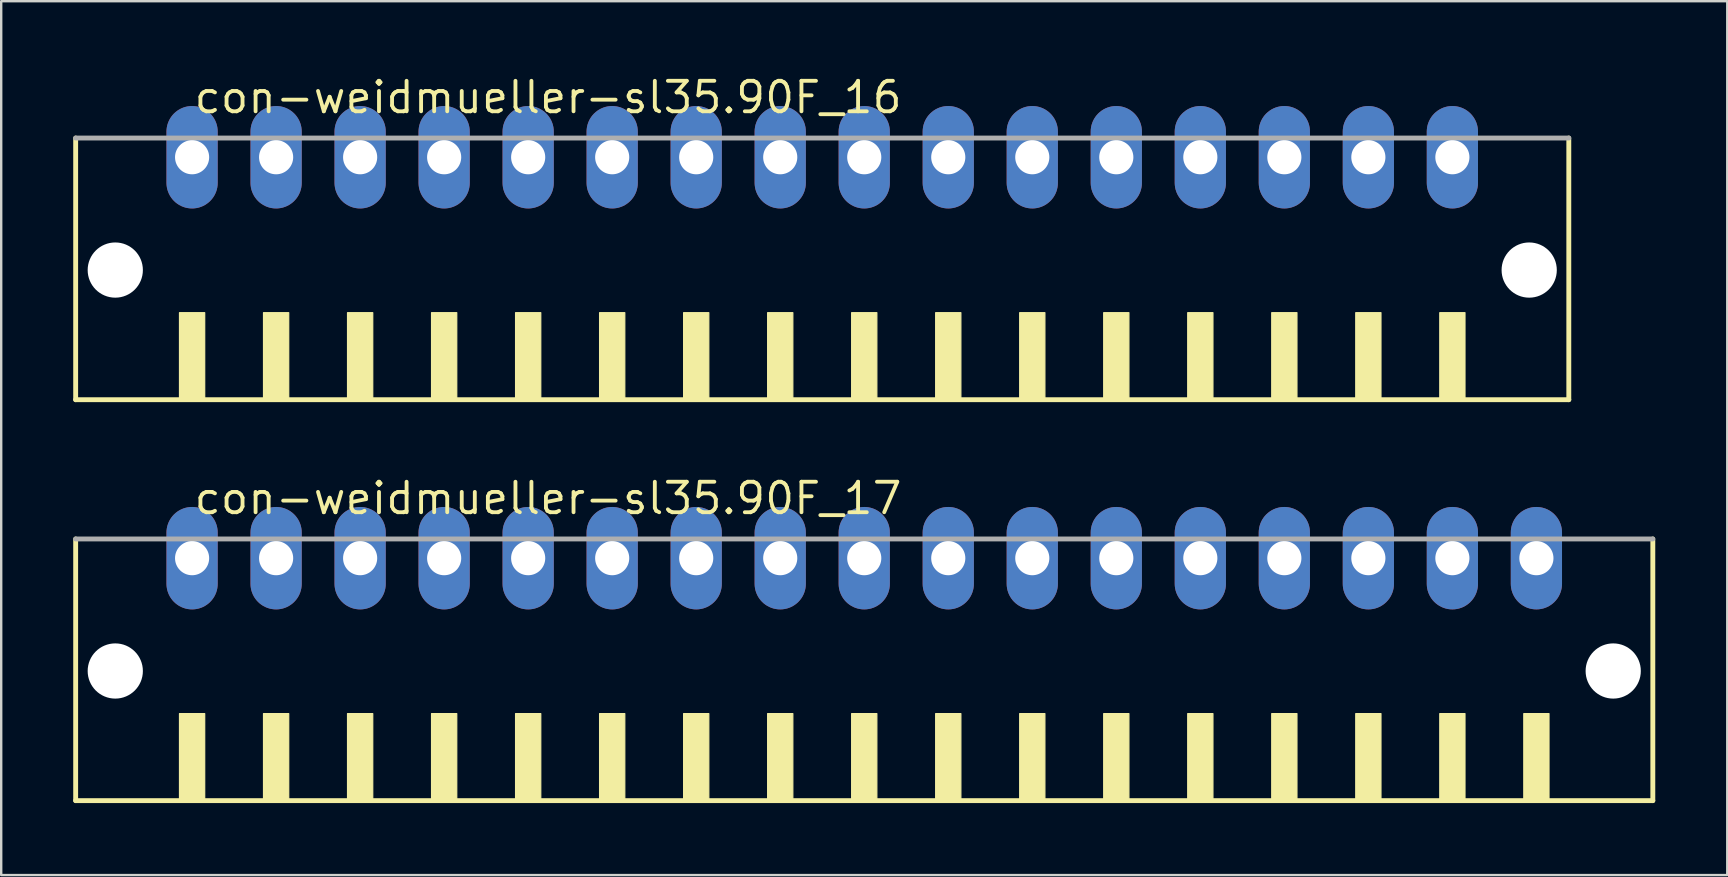
<source format=kicad_pcb>
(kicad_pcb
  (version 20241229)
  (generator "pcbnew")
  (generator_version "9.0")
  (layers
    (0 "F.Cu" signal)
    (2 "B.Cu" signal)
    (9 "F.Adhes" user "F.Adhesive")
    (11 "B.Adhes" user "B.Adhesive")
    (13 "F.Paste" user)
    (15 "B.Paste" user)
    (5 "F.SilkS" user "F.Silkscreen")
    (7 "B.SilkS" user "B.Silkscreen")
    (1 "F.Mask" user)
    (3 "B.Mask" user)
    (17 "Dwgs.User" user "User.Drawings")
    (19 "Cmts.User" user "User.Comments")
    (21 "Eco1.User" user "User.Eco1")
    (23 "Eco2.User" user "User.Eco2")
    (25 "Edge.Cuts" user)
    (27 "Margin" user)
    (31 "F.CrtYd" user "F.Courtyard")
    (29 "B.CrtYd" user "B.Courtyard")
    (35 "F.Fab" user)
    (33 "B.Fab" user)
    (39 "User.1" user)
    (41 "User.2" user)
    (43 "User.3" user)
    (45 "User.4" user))
  (footprint "con-weidmueller-sl35.90F_17"
    (layer "F.Cu")
    (at 32.952 25.452)
    (property "Reference" "con-weidmueller-sl35.90F_17" (at -28 -7 0) (layer "F.SilkS") (effects (font (size 1.27 1.27) (thickness 0.16)) (justify left bottom)))
    (attr through_hole)
    (fp_line (start -32.85 -6.05) (end -32.85 4.85) (stroke (width 0.203) (type default)) (layer "F.SilkS"))
    (fp_line (start -32.85 4.85) (end 32.85 4.85) (stroke (width 0.203) (type default)) (layer "F.SilkS"))
    (fp_line (start 32.85 4.85) (end 32.85 -6.05) (stroke (width 0.203) (type default)) (layer "F.SilkS"))
    (fp_rect (start -28.525 4.9) (end -27.475 1.225) (stroke (width 0.05) (type default)) (fill yes) (layer "F.SilkS"))
    (fp_rect (start -25.025 4.9) (end -23.975 1.225) (stroke (width 0.05) (type default)) (fill yes) (layer "F.SilkS"))
    (fp_rect (start -21.525 4.9) (end -20.475 1.225) (stroke (width 0.05) (type default)) (fill yes) (layer "F.SilkS"))
    (fp_rect (start -18.025 4.9) (end -16.975 1.225) (stroke (width 0.05) (type default)) (fill yes) (layer "F.SilkS"))
    (fp_rect (start -14.525 4.9) (end -13.475 1.225) (stroke (width 0.05) (type default)) (fill yes) (layer "F.SilkS"))
    (fp_rect (start -11.025 4.9) (end -9.975 1.225) (stroke (width 0.05) (type default)) (fill yes) (layer "F.SilkS"))
    (fp_rect (start -7.525 4.9) (end -6.475 1.225) (stroke (width 0.05) (type default)) (fill yes) (layer "F.SilkS"))
    (fp_rect (start -4.025 4.9) (end -2.975 1.225) (stroke (width 0.05) (type default)) (fill yes) (layer "F.SilkS"))
    (fp_rect (start -0.525 4.9) (end 0.525 1.225) (stroke (width 0.05) (type default)) (fill yes) (layer "F.SilkS"))
    (fp_rect (start 2.975 4.9) (end 4.025 1.225) (stroke (width 0.05) (type default)) (fill yes) (layer "F.SilkS"))
    (fp_rect (start 6.475 4.9) (end 7.525 1.225) (stroke (width 0.05) (type default)) (fill yes) (layer "F.SilkS"))
    (fp_rect (start 9.975 4.9) (end 11.025 1.225) (stroke (width 0.05) (type default)) (fill yes) (layer "F.SilkS"))
    (fp_rect (start 13.475 4.9) (end 14.525 1.225) (stroke (width 0.05) (type default)) (fill yes) (layer "F.SilkS"))
    (fp_rect (start 16.975 4.9) (end 18.025 1.225) (stroke (width 0.05) (type default)) (fill yes) (layer "F.SilkS"))
    (fp_rect (start 20.475 4.9) (end 21.525 1.225) (stroke (width 0.05) (type default)) (fill yes) (layer "F.SilkS"))
    (fp_rect (start 23.975 4.9) (end 25.025 1.225) (stroke (width 0.05) (type default)) (fill yes) (layer "F.SilkS"))
    (fp_rect (start 27.475 4.9) (end 28.525 1.225) (stroke (width 0.05) (type default)) (fill yes) (layer "F.SilkS"))
    (fp_line (start 32.85 -6.05) (end -32.85 -6.05) (stroke (width 0.203) (type default)) (layer "F.Fab"))
    (pad "" np_thru_hole circle (at -31.2 -0.55) (size 2.3 2.3) (drill 2.3) (layers "*.Cu" "*.Mask"))
    (pad "" np_thru_hole circle (at 31.2 -0.55) (size 2.3 2.3) (drill 2.3) (layers "*.Cu" "*.Mask"))
    (pad "1" thru_hole oval (at -28 -5.25 90) (size 4.267 2.134) (drill 1.422) (layers "*.Cu" "*.Mask"))
    (pad "2" thru_hole oval (at -24.5 -5.25 90) (size 4.267 2.134) (drill 1.422) (layers "*.Cu" "*.Mask"))
    (pad "3" thru_hole oval (at -21 -5.25 90) (size 4.267 2.134) (drill 1.422) (layers "*.Cu" "*.Mask"))
    (pad "4" thru_hole oval (at -17.5 -5.25 90) (size 4.267 2.134) (drill 1.422) (layers "*.Cu" "*.Mask"))
    (pad "5" thru_hole oval (at -14 -5.25 90) (size 4.267 2.134) (drill 1.422) (layers "*.Cu" "*.Mask"))
    (pad "6" thru_hole oval (at -10.5 -5.25 90) (size 4.267 2.134) (drill 1.422) (layers "*.Cu" "*.Mask"))
    (pad "7" thru_hole oval (at -7 -5.25 90) (size 4.267 2.134) (drill 1.422) (layers "*.Cu" "*.Mask"))
    (pad "8" thru_hole oval (at -3.5 -5.25 90) (size 4.267 2.134) (drill 1.422) (layers "*.Cu" "*.Mask"))
    (pad "9" thru_hole oval (at 0 -5.25 90) (size 4.267 2.134) (drill 1.422) (layers "*.Cu" "*.Mask"))
    (pad "10" thru_hole oval (at 3.5 -5.25 90) (size 4.267 2.134) (drill 1.422) (layers "*.Cu" "*.Mask"))
    (pad "11" thru_hole oval (at 7 -5.25 90) (size 4.267 2.134) (drill 1.422) (layers "*.Cu" "*.Mask"))
    (pad "12" thru_hole oval (at 10.5 -5.25 90) (size 4.267 2.134) (drill 1.422) (layers "*.Cu" "*.Mask"))
    (pad "13" thru_hole oval (at 14 -5.25 90) (size 4.267 2.134) (drill 1.422) (layers "*.Cu" "*.Mask"))
    (pad "14" thru_hole oval (at 17.5 -5.25 90) (size 4.267 2.134) (drill 1.422) (layers "*.Cu" "*.Mask"))
    (pad "15" thru_hole oval (at 21 -5.25 90) (size 4.267 2.134) (drill 1.422) (layers "*.Cu" "*.Mask"))
    (pad "16" thru_hole oval (at 24.5 -5.25 90) (size 4.267 2.134) (drill 1.422) (layers "*.Cu" "*.Mask"))
    (pad "17" thru_hole oval (at 28 -5.25 90) (size 4.267 2.134) (drill 1.422) (layers "*.Cu" "*.Mask")))
  (footprint "con-weidmueller-sl35.90F_16"
    (layer "F.Cu")
    (at 31.202 8.75)
    (property "Reference" "con-weidmueller-sl35.90F_16" (at -26.25 -7 0) (layer "F.SilkS") (effects (font (size 1.27 1.27) (thickness 0.16)) (justify left bottom)))
    (attr through_hole)
    (fp_line (start -31.1 -6.05) (end -31.1 4.85) (stroke (width 0.203) (type default)) (layer "F.SilkS"))
    (fp_line (start -31.1 4.85) (end 31.1 4.85) (stroke (width 0.203) (type default)) (layer "F.SilkS"))
    (fp_line (start 31.1 4.85) (end 31.1 -6.05) (stroke (width 0.203) (type default)) (layer "F.SilkS"))
    (fp_rect (start -26.775 4.9) (end -25.725 1.225) (stroke (width 0.05) (type default)) (fill yes) (layer "F.SilkS"))
    (fp_rect (start -23.275 4.9) (end -22.225 1.225) (stroke (width 0.05) (type default)) (fill yes) (layer "F.SilkS"))
    (fp_rect (start -19.775 4.9) (end -18.725 1.225) (stroke (width 0.05) (type default)) (fill yes) (layer "F.SilkS"))
    (fp_rect (start -16.275 4.9) (end -15.225 1.225) (stroke (width 0.05) (type default)) (fill yes) (layer "F.SilkS"))
    (fp_rect (start -12.775 4.9) (end -11.725 1.225) (stroke (width 0.05) (type default)) (fill yes) (layer "F.SilkS"))
    (fp_rect (start -9.275 4.9) (end -8.225 1.225) (stroke (width 0.05) (type default)) (fill yes) (layer "F.SilkS"))
    (fp_rect (start -5.775 4.9) (end -4.725 1.225) (stroke (width 0.05) (type default)) (fill yes) (layer "F.SilkS"))
    (fp_rect (start -2.275 4.9) (end -1.225 1.225) (stroke (width 0.05) (type default)) (fill yes) (layer "F.SilkS"))
    (fp_rect (start 1.225 4.9) (end 2.275 1.225) (stroke (width 0.05) (type default)) (fill yes) (layer "F.SilkS"))
    (fp_rect (start 4.725 4.9) (end 5.775 1.225) (stroke (width 0.05) (type default)) (fill yes) (layer "F.SilkS"))
    (fp_rect (start 8.225 4.9) (end 9.275 1.225) (stroke (width 0.05) (type default)) (fill yes) (layer "F.SilkS"))
    (fp_rect (start 11.725 4.9) (end 12.775 1.225) (stroke (width 0.05) (type default)) (fill yes) (layer "F.SilkS"))
    (fp_rect (start 15.225 4.9) (end 16.275 1.225) (stroke (width 0.05) (type default)) (fill yes) (layer "F.SilkS"))
    (fp_rect (start 18.725 4.9) (end 19.775 1.225) (stroke (width 0.05) (type default)) (fill yes) (layer "F.SilkS"))
    (fp_rect (start 22.225 4.9) (end 23.275 1.225) (stroke (width 0.05) (type default)) (fill yes) (layer "F.SilkS"))
    (fp_rect (start 25.725 4.9) (end 26.775 1.225) (stroke (width 0.05) (type default)) (fill yes) (layer "F.SilkS"))
    (fp_line (start 31.1 -6.05) (end -31.1 -6.05) (stroke (width 0.203) (type default)) (layer "F.Fab"))
    (pad "" np_thru_hole circle (at -29.45 -0.55) (size 2.3 2.3) (drill 2.3) (layers "*.Cu" "*.Mask"))
    (pad "" np_thru_hole circle (at 29.45 -0.55) (size 2.3 2.3) (drill 2.3) (layers "*.Cu" "*.Mask"))
    (pad "1" thru_hole oval (at -26.25 -5.25 90) (size 4.267 2.134) (drill 1.422) (layers "*.Cu" "*.Mask"))
    (pad "2" thru_hole oval (at -22.75 -5.25 90) (size 4.267 2.134) (drill 1.422) (layers "*.Cu" "*.Mask"))
    (pad "3" thru_hole oval (at -19.25 -5.25 90) (size 4.267 2.134) (drill 1.422) (layers "*.Cu" "*.Mask"))
    (pad "4" thru_hole oval (at -15.75 -5.25 90) (size 4.267 2.134) (drill 1.422) (layers "*.Cu" "*.Mask"))
    (pad "5" thru_hole oval (at -12.25 -5.25 90) (size 4.267 2.134) (drill 1.422) (layers "*.Cu" "*.Mask"))
    (pad "6" thru_hole oval (at -8.75 -5.25 90) (size 4.267 2.134) (drill 1.422) (layers "*.Cu" "*.Mask"))
    (pad "7" thru_hole oval (at -5.25 -5.25 90) (size 4.267 2.134) (drill 1.422) (layers "*.Cu" "*.Mask"))
    (pad "8" thru_hole oval (at -1.75 -5.25 90) (size 4.267 2.134) (drill 1.422) (layers "*.Cu" "*.Mask"))
    (pad "9" thru_hole oval (at 1.75 -5.25 90) (size 4.267 2.134) (drill 1.422) (layers "*.Cu" "*.Mask"))
    (pad "10" thru_hole oval (at 5.25 -5.25 90) (size 4.267 2.134) (drill 1.422) (layers "*.Cu" "*.Mask"))
    (pad "11" thru_hole oval (at 8.75 -5.25 90) (size 4.267 2.134) (drill 1.422) (layers "*.Cu" "*.Mask"))
    (pad "12" thru_hole oval (at 12.25 -5.25 90) (size 4.267 2.134) (drill 1.422) (layers "*.Cu" "*.Mask"))
    (pad "13" thru_hole oval (at 15.75 -5.25 90) (size 4.267 2.134) (drill 1.422) (layers "*.Cu" "*.Mask"))
    (pad "14" thru_hole oval (at 19.25 -5.25 90) (size 4.267 2.134) (drill 1.422) (layers "*.Cu" "*.Mask"))
    (pad "15" thru_hole oval (at 22.75 -5.25 90) (size 4.267 2.134) (drill 1.422) (layers "*.Cu" "*.Mask"))
    (pad "16" thru_hole oval (at 26.25 -5.25 90) (size 4.267 2.134) (drill 1.422) (layers "*.Cu" "*.Mask")))
  (gr_rect
    (start -3 -3)
    (end 68.903 33.403)
    (stroke (width 0.1) (type default))
    (fill no)
    (layer "Edge.Cuts")))
</source>
